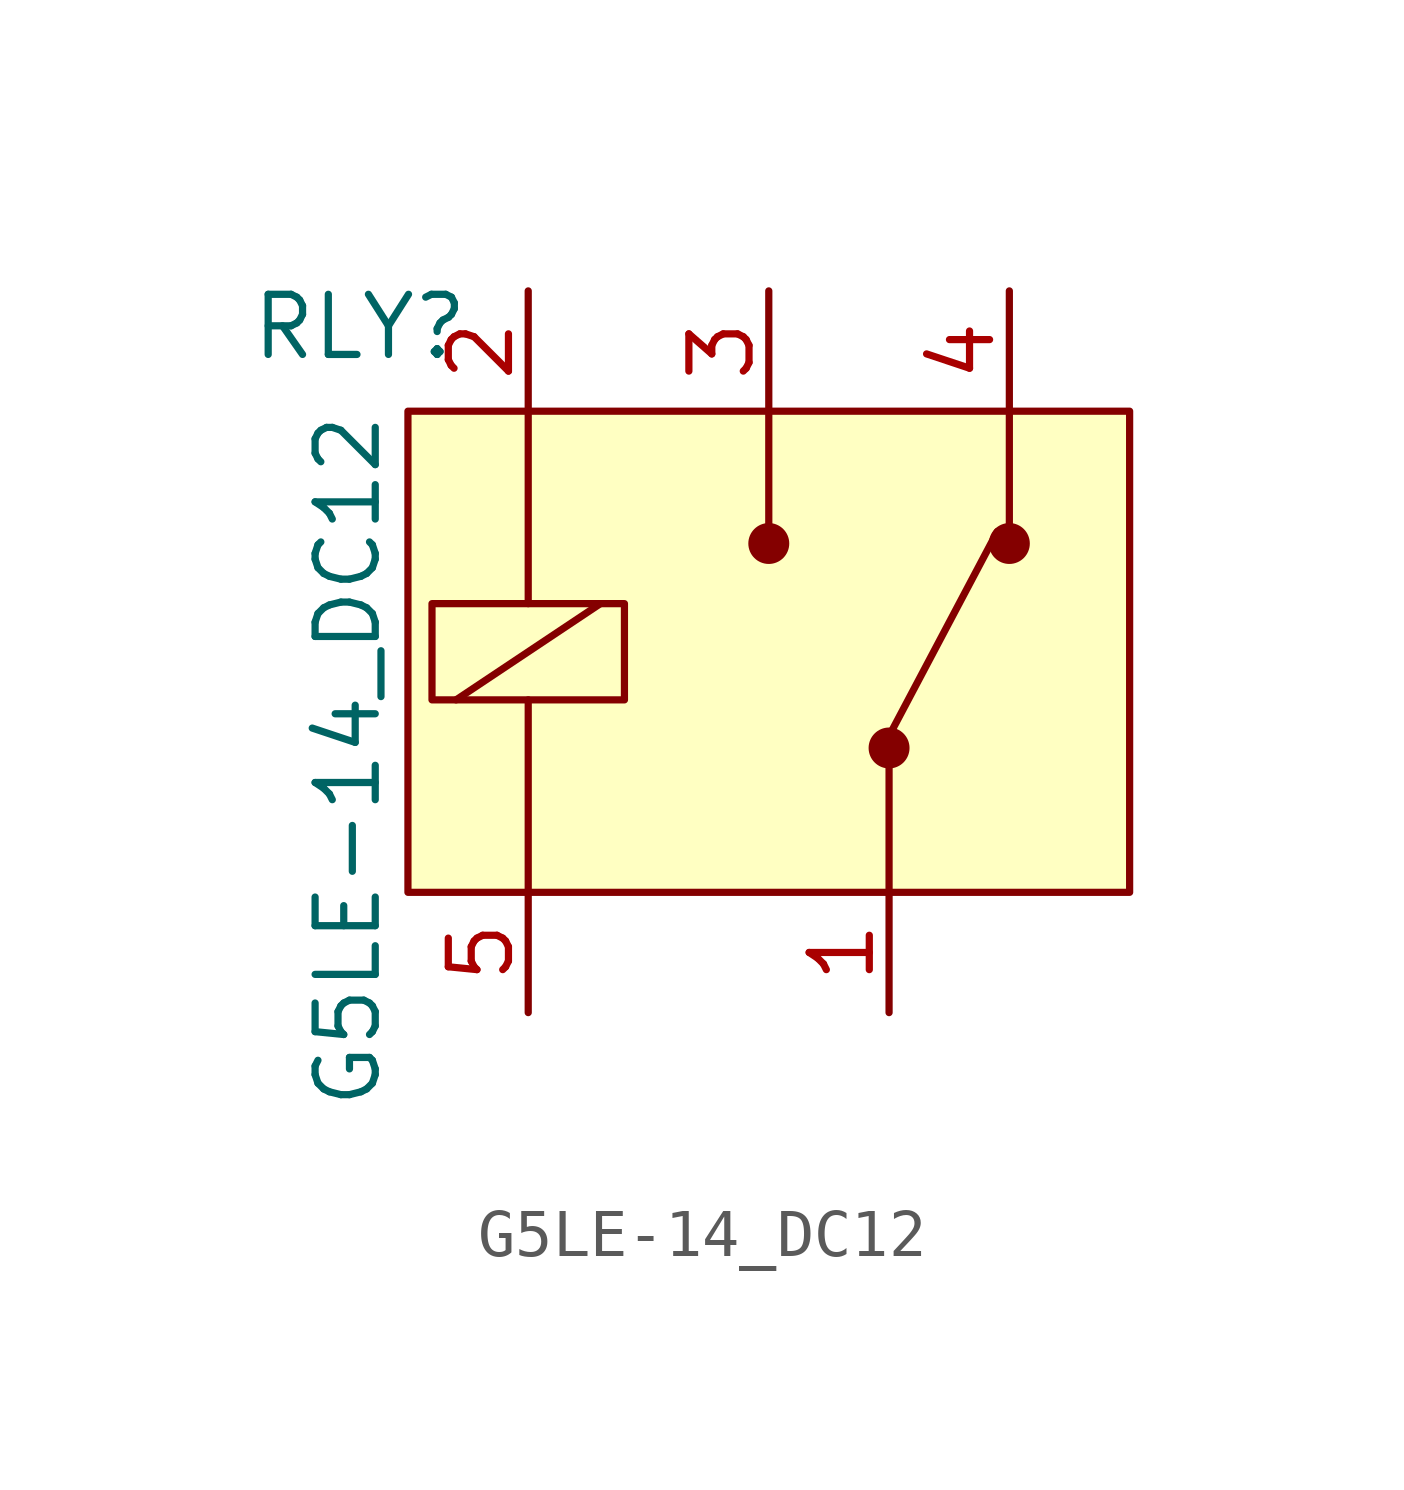
<source format=kicad_sym>
(kicad_symbol_lib
  (version 20211014)
  (generator kicad_symbol_editor)
  (symbol "G5LE-14_DC12"
    (pin_names
      (offset 0) hide)
    (property "Reference" "RLY"
      (at -8.636 6.858 0)
      (effects (font (size 1.27 1.27))))
    (property "Value" "G5LE-14_DC12"
      (at -8.89 5.08 90)
      (effects (font (size 1.27 1.27)) (justify right)))
    (symbol "G5LE-14_DC12_0_1"
      (rectangle (start -7.62 5.08) (end 7.62 -5.08) (stroke (width 0) (type default) (color 0 0 0 0)) (fill (type background)))
      (rectangle (start -7.112 1.016) (end -3.048 -1.016) (stroke (width 0) (type default) (color 0 0 0 0)) (fill (type none)))
      (polyline (pts (xy -6.604 -1.016) (xy -3.556 1.016)) (stroke (width 0) (type default) (color 0 0 0 0)) (fill (type none)))
      (polyline (pts (xy -5.08 -5.08) (xy -5.08 -1.016)) (stroke (width 0) (type default) (color 0 0 0 0)) (fill (type none)))
      (polyline (pts (xy -5.08 5.08) (xy -5.08 1.016)) (stroke (width 0) (type default) (color 0 0 0 0)) (fill (type none)))
      (polyline (pts (xy 0 5.08) (xy 0 2.54)) (stroke (width 0) (type default) (color 0 0 0 0)) (fill (type none)))
      (polyline (pts (xy 2.54 -5.08) (xy 2.54 -2.286)) (stroke (width 0) (type default) (color 0 0 0 0)) (fill (type none)))
      (polyline (pts (xy 2.54 -1.778) (xy 4.826 2.54)) (stroke (width 0) (type default) (color 0 0 0 0)) (fill (type none)))
      (polyline (pts (xy 5.08 5.08) (xy 5.08 2.54)) (stroke (width 0) (type default) (color 0 0 0 0)) (fill (type none)))
      (circle (center 0 2.286) (radius 0.356) (stroke (width 0) (type default) (color 0 0 0 0)) (fill (type outline)))
      (circle (center 2.54 -2.032) (radius 0.356) (stroke (width 0) (type default) (color 0 0 0 0)) (fill (type outline)))
      (circle (center 5.08 2.286) (radius 0.356) (stroke (width 0) (type default) (color 0 0 0 0)) (fill (type outline))))
    (symbol "G5LE-14_DC12_1_1"
      (pin passive line (at 2.54 -7.62 90) (length 2.54) (name "COM" (effects (font (size 1.27 1.27)))) (number "1" (effects (font (size 1.27 1.27)))))
      (pin passive line (at -5.08 7.62 270) (length 2.54) (name "COIL" (effects (font (size 1.27 1.27)))) (number "2" (effects (font (size 1.27 1.27)))))
      (pin passive line (at 0 7.62 270) (length 2.54) (name "NO" (effects (font (size 1.27 1.27)))) (number "3" (effects (font (size 1.27 1.27)))))
      (pin passive line (at 5.08 7.62 270) (length 2.54) (name "NC" (effects (font (size 1.27 1.27)))) (number "4" (effects (font (size 1.27 1.27)))))
      (pin passive line (at -5.08 -7.62 90) (length 2.54) (name "COIL" (effects (font (size 1.27 1.27)))) (number "5" (effects (font (size 1.27 1.27))))))))
</source>
